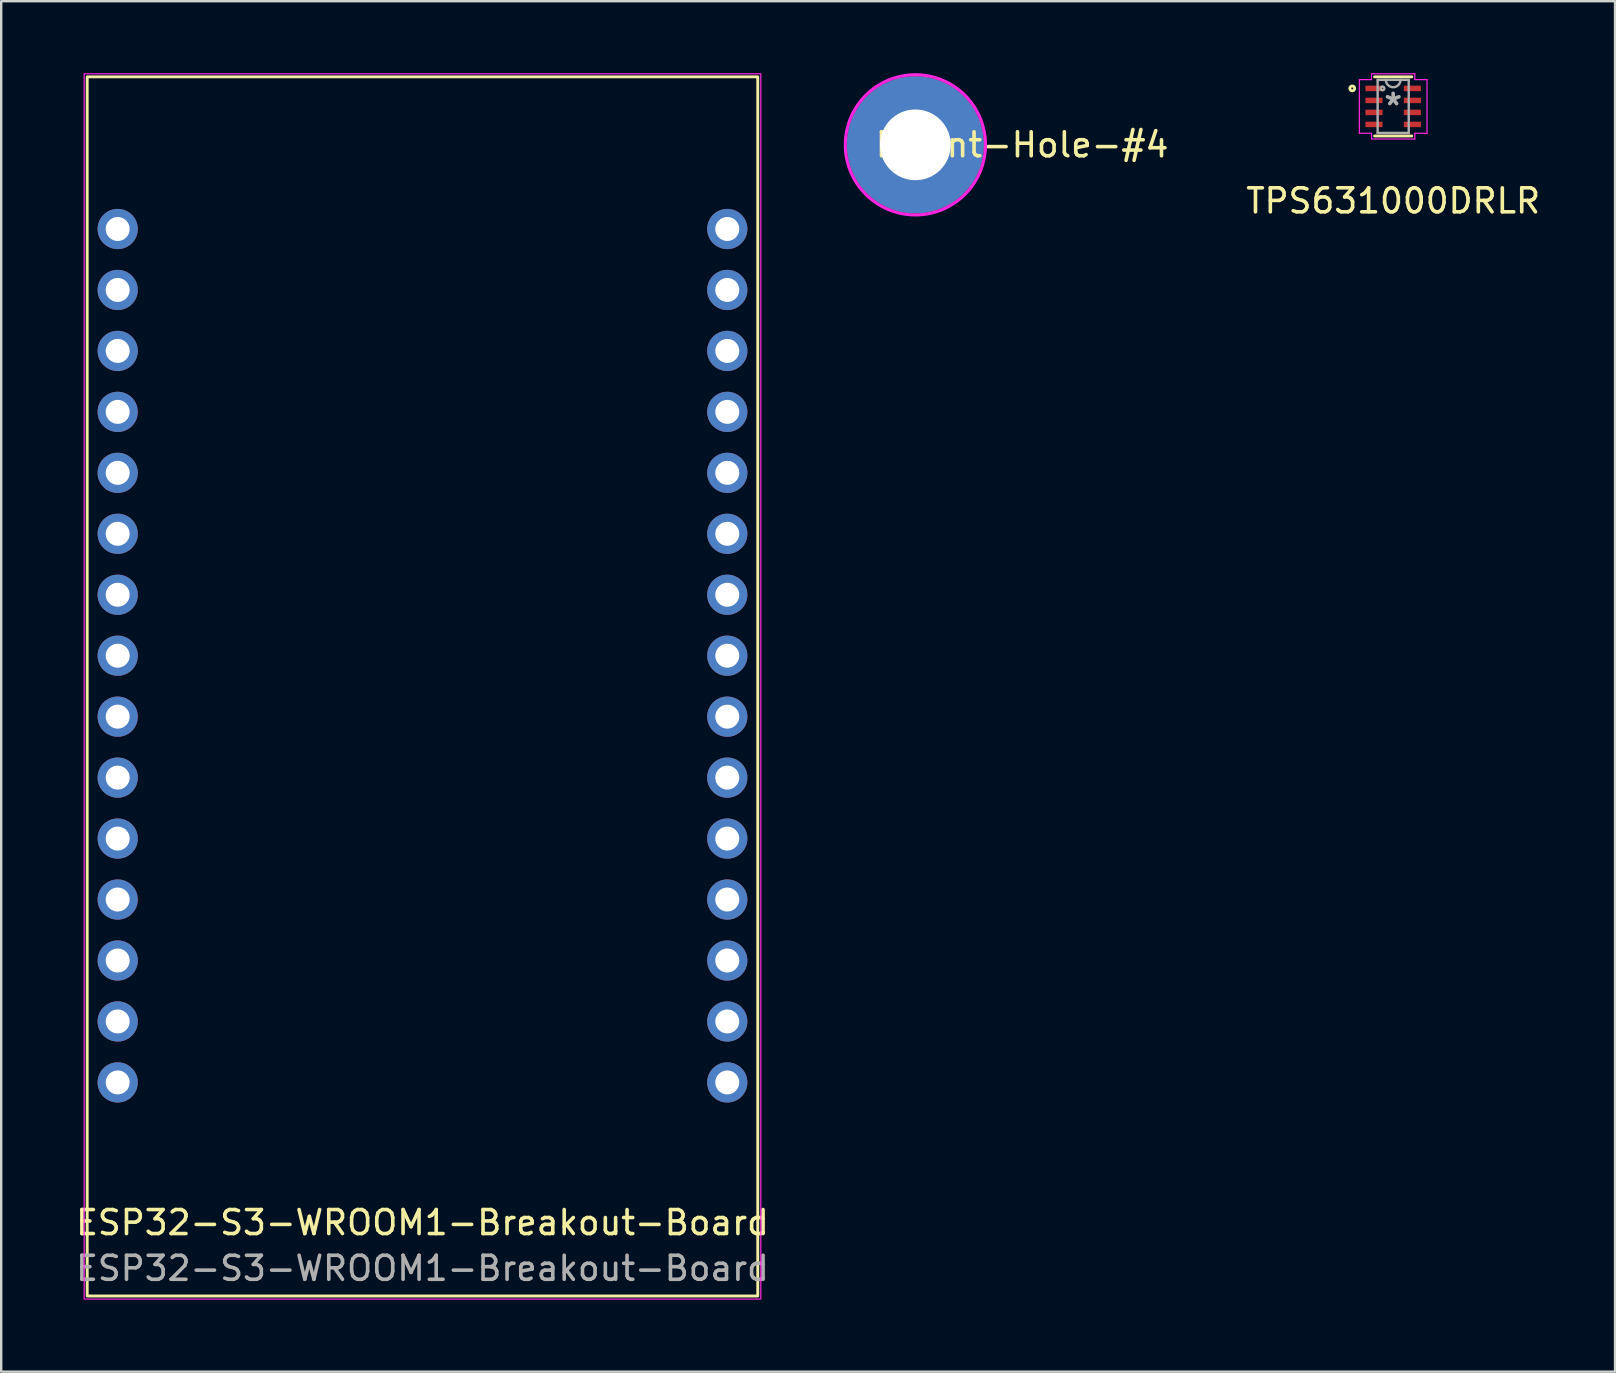
<source format=kicad_pcb>
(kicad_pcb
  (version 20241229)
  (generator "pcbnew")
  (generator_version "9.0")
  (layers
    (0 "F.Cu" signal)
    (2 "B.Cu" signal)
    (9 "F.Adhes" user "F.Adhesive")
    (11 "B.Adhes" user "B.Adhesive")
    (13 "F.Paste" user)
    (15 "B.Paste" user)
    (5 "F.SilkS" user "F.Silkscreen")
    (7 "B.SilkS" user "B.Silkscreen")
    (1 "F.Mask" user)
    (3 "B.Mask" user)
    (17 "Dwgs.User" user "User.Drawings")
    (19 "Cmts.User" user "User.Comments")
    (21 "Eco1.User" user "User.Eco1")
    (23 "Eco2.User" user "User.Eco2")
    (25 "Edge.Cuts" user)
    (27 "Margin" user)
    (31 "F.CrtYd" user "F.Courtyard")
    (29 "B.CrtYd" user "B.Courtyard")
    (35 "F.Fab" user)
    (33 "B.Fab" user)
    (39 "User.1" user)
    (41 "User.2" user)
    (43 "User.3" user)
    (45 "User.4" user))
  (footprint "TPS631000DRLR"
    (layer "F.Cu")
    (at 55.001 1.384)
    (property "Reference" "TPS631000DRLR" (at 0 3.937 0) (layer "F.SilkS") (effects (font (size 1 1) (thickness 0.15))))
    (attr through_hole)
    (fp_line (start -0.775 1.232) (end 0.775 1.232) (stroke (width 0.12) (type solid)) (layer "F.SilkS"))
    (fp_line (start 0.775 -1.232) (end -0.775 -1.232) (stroke (width 0.12) (type solid)) (layer "F.SilkS"))
    (fp_circle (center -1.706 -0.75) (end -1.605 -0.75) (stroke (width 0.12) (type solid)) (fill no) (layer "F.SilkS"))
    (fp_line (start -1.41 -1.118) (end -0.902 -1.118) (stroke (width 0.05) (type solid)) (layer "F.CrtYd"))
    (fp_line (start -1.41 1.118) (end -1.41 -1.118) (stroke (width 0.05) (type solid)) (layer "F.CrtYd"))
    (fp_line (start -1.41 1.118) (end -0.902 1.118) (stroke (width 0.05) (type solid)) (layer "F.CrtYd"))
    (fp_line (start -0.902 -1.359) (end 0.902 -1.359) (stroke (width 0.05) (type solid)) (layer "F.CrtYd"))
    (fp_line (start -0.902 -1.118) (end -0.902 -1.359) (stroke (width 0.05) (type solid)) (layer "F.CrtYd"))
    (fp_line (start -0.902 1.359) (end -0.902 1.118) (stroke (width 0.05) (type solid)) (layer "F.CrtYd"))
    (fp_line (start 0.902 -1.359) (end 0.902 -1.118) (stroke (width 0.05) (type solid)) (layer "F.CrtYd"))
    (fp_line (start 0.902 1.118) (end 0.902 1.359) (stroke (width 0.05) (type solid)) (layer "F.CrtYd"))
    (fp_line (start 0.902 1.359) (end -0.902 1.359) (stroke (width 0.05) (type solid)) (layer "F.CrtYd"))
    (fp_line (start 1.41 -1.118) (end 0.902 -1.118) (stroke (width 0.05) (type solid)) (layer "F.CrtYd"))
    (fp_line (start 1.41 -1.118) (end 1.41 1.118) (stroke (width 0.05) (type solid)) (layer "F.CrtYd"))
    (fp_line (start 1.41 1.118) (end 0.902 1.118) (stroke (width 0.05) (type solid)) (layer "F.CrtYd"))
    (fp_line (start -0.648 -1.105) (end -0.648 1.105) (stroke (width 0.1) (type solid)) (layer "F.Fab"))
    (fp_line (start -0.648 1.105) (end 0.648 1.105) (stroke (width 0.1) (type solid)) (layer "F.Fab"))
    (fp_line (start 0.648 -1.105) (end -0.648 -1.105) (stroke (width 0.1) (type solid)) (layer "F.Fab"))
    (fp_line (start 0.648 1.105) (end 0.648 -1.105) (stroke (width 0.1) (type solid)) (layer "F.Fab"))
    (fp_arc (start 0.3048 -1.1049) (mid 0 -0.8001) (end -0.3048 -1.1049) (stroke (width 0.1) (type solid)) (layer "F.Fab"))
    (fp_circle (center -0.445 -0.75) (end -0.368 -0.75) (stroke (width 0.1) (type solid)) (fill no) (layer "F.Fab"))
    (fp_text user "*" (at 0 0 0) (layer "F.Fab") (effects (font (size 1 1) (thickness 0.15))))
    (pad "1" smd rect (at -0.8 -0.75) (size 0.711 0.229) (layers "F.Cu" "F.Mask" "F.Paste"))
    (pad "2" smd rect (at -0.8 -0.25) (size 0.711 0.229) (layers "F.Cu" "F.Mask" "F.Paste"))
    (pad "3" smd rect (at -0.8 0.25) (size 0.711 0.229) (layers "F.Cu" "F.Mask" "F.Paste"))
    (pad "4" smd rect (at -0.8 0.75) (size 0.711 0.229) (layers "F.Cu" "F.Mask" "F.Paste"))
    (pad "5" smd rect (at 0.8 0.75) (size 0.711 0.229) (layers "F.Cu" "F.Mask" "F.Paste"))
    (pad "6" smd rect (at 0.8 0.25) (size 0.711 0.229) (layers "F.Cu" "F.Mask" "F.Paste"))
    (pad "7" smd rect (at 0.8 -0.25) (size 0.711 0.229) (layers "F.Cu" "F.Mask" "F.Paste"))
    (pad "8" smd rect (at 0.8 -0.75) (size 0.711 0.229) (layers "F.Cu" "F.Mask" "F.Paste")))
  (footprint "ESP32-S3-WROOM1-Breakout-Board"
    (layer "F.Cu")
    (at 14.554 20.462)
    (property "Reference" "ESP32-S3-WROOM1-Breakout-Board" (at 0 27.432 0) (unlocked yes) (layer "F.SilkS") (effects (font (size 1 1) (thickness 0.15))))
    (attr through_hole)
    (fp_rect (start -13.97 -20.31) (end 13.97 30.49) (stroke (width 0.12) (type solid)) (fill no) (layer "F.SilkS"))
    (fp_rect (start -14.097 -20.437) (end 14.097 30.617) (stroke (width 0.05) (type solid)) (fill no) (layer "F.CrtYd"))
    (fp_text user "${REFERENCE}" (at 0 29.337 0) (unlocked yes) (layer "F.Fab") (effects (font (size 1 1) (thickness 0.15))))
    (pad "1" thru_hole circle (at -12.7 -13.97) (size 1.676 1.676) (drill 1) (layers "*.Cu" "*.Mask"))
    (pad "2" thru_hole circle (at -12.7 -11.43) (size 1.676 1.676) (drill 1) (layers "*.Cu" "*.Mask"))
    (pad "3" thru_hole circle (at -12.7 -8.89) (size 1.676 1.676) (drill 1) (layers "*.Cu" "*.Mask"))
    (pad "4" thru_hole circle (at -12.7 -6.35) (size 1.676 1.676) (drill 1) (layers "*.Cu" "*.Mask"))
    (pad "5" thru_hole circle (at -12.7 -3.81) (size 1.676 1.676) (drill 1) (layers "*.Cu" "*.Mask"))
    (pad "6" thru_hole circle (at -12.7 -1.27) (size 1.676 1.676) (drill 1) (layers "*.Cu" "*.Mask"))
    (pad "7" thru_hole circle (at -12.7 1.27) (size 1.676 1.676) (drill 1) (layers "*.Cu" "*.Mask"))
    (pad "8" thru_hole circle (at -12.7 3.81) (size 1.676 1.676) (drill 1) (layers "*.Cu" "*.Mask"))
    (pad "9" thru_hole circle (at -12.7 6.35) (size 1.676 1.676) (drill 1) (layers "*.Cu" "*.Mask"))
    (pad "10" thru_hole circle (at -12.7 8.89) (size 1.676 1.676) (drill 1) (layers "*.Cu" "*.Mask"))
    (pad "11" thru_hole circle (at -12.7 11.43) (size 1.676 1.676) (drill 1) (layers "*.Cu" "*.Mask"))
    (pad "12" thru_hole circle (at -12.7 13.97) (size 1.676 1.676) (drill 1) (layers "*.Cu" "*.Mask"))
    (pad "13" thru_hole circle (at -12.7 16.51) (size 1.676 1.676) (drill 1) (layers "*.Cu" "*.Mask"))
    (pad "14" thru_hole circle (at -12.7 19.05) (size 1.676 1.676) (drill 1) (layers "*.Cu" "*.Mask"))
    (pad "15" thru_hole circle (at -12.7 21.59) (size 1.676 1.676) (drill 1) (layers "*.Cu" "*.Mask"))
    (pad "16" thru_hole circle (at 12.7 21.59 90) (size 1.676 1.676) (drill 1) (layers "*.Cu" "*.Mask"))
    (pad "17" thru_hole circle (at 12.7 19.05 90) (size 1.676 1.676) (drill 1) (layers "*.Cu" "*.Mask"))
    (pad "18" thru_hole circle (at 12.7 16.51 90) (size 1.676 1.676) (drill 1) (layers "*.Cu" "*.Mask"))
    (pad "19" thru_hole circle (at 12.7 13.97 90) (size 1.676 1.676) (drill 1) (layers "*.Cu" "*.Mask"))
    (pad "20" thru_hole circle (at 12.7 11.43 90) (size 1.676 1.676) (drill 1) (layers "*.Cu" "*.Mask"))
    (pad "21" thru_hole circle (at 12.7 8.89 90) (size 1.676 1.676) (drill 1) (layers "*.Cu" "*.Mask"))
    (pad "22" thru_hole circle (at 12.7 6.35 90) (size 1.676 1.676) (drill 1) (layers "*.Cu" "*.Mask"))
    (pad "23" thru_hole circle (at 12.7 3.81 90) (size 1.676 1.676) (drill 1) (layers "*.Cu" "*.Mask"))
    (pad "24" thru_hole circle (at 12.7 1.27 90) (size 1.676 1.676) (drill 1) (layers "*.Cu" "*.Mask"))
    (pad "25" thru_hole circle (at 12.7 -1.27 90) (size 1.676 1.676) (drill 1) (layers "*.Cu" "*.Mask"))
    (pad "26" thru_hole circle (at 12.7 -3.81 90) (size 1.676 1.676) (drill 1) (layers "*.Cu" "*.Mask"))
    (pad "27" thru_hole circle (at 12.7 -6.35) (size 1.676 1.676) (drill 1) (layers "*.Cu" "*.Mask"))
    (pad "28" thru_hole circle (at 12.7 -8.89) (size 1.676 1.676) (drill 1) (layers "*.Cu" "*.Mask"))
    (pad "29" thru_hole circle (at 12.7 -11.43) (size 1.676 1.676) (drill 1) (layers "*.Cu" "*.Mask"))
    (pad "30" thru_hole circle (at 12.7 -13.97) (size 1.676 1.676) (drill 1) (layers "*.Cu" "*.Mask")))
  (footprint "Mount-Hole-#4"
    (layer "F.Cu")
    (at 35.092 2.985)
    (property "Reference" "Mount-Hole-#4" (at 4.445 0 0) (layer "F.SilkS") (effects (font (size 1 1) (thickness 0.15))))
    (attr through_hole)
    (fp_circle (center 0 0) (end 2.921 0) (stroke (width 0.127) (type solid)) (fill no) (layer "F.CrtYd"))
    (pad "1" thru_hole circle (at 0 0) (size 5.715 5.715) (drill 2.946) (layers "*.Cu" "*.Mask")))
  (gr_rect
    (start -3 -3)
    (end 64.245 54.104)
    (stroke (width 0.1) (type default))
    (fill no)
    (layer "Edge.Cuts")))
</source>
